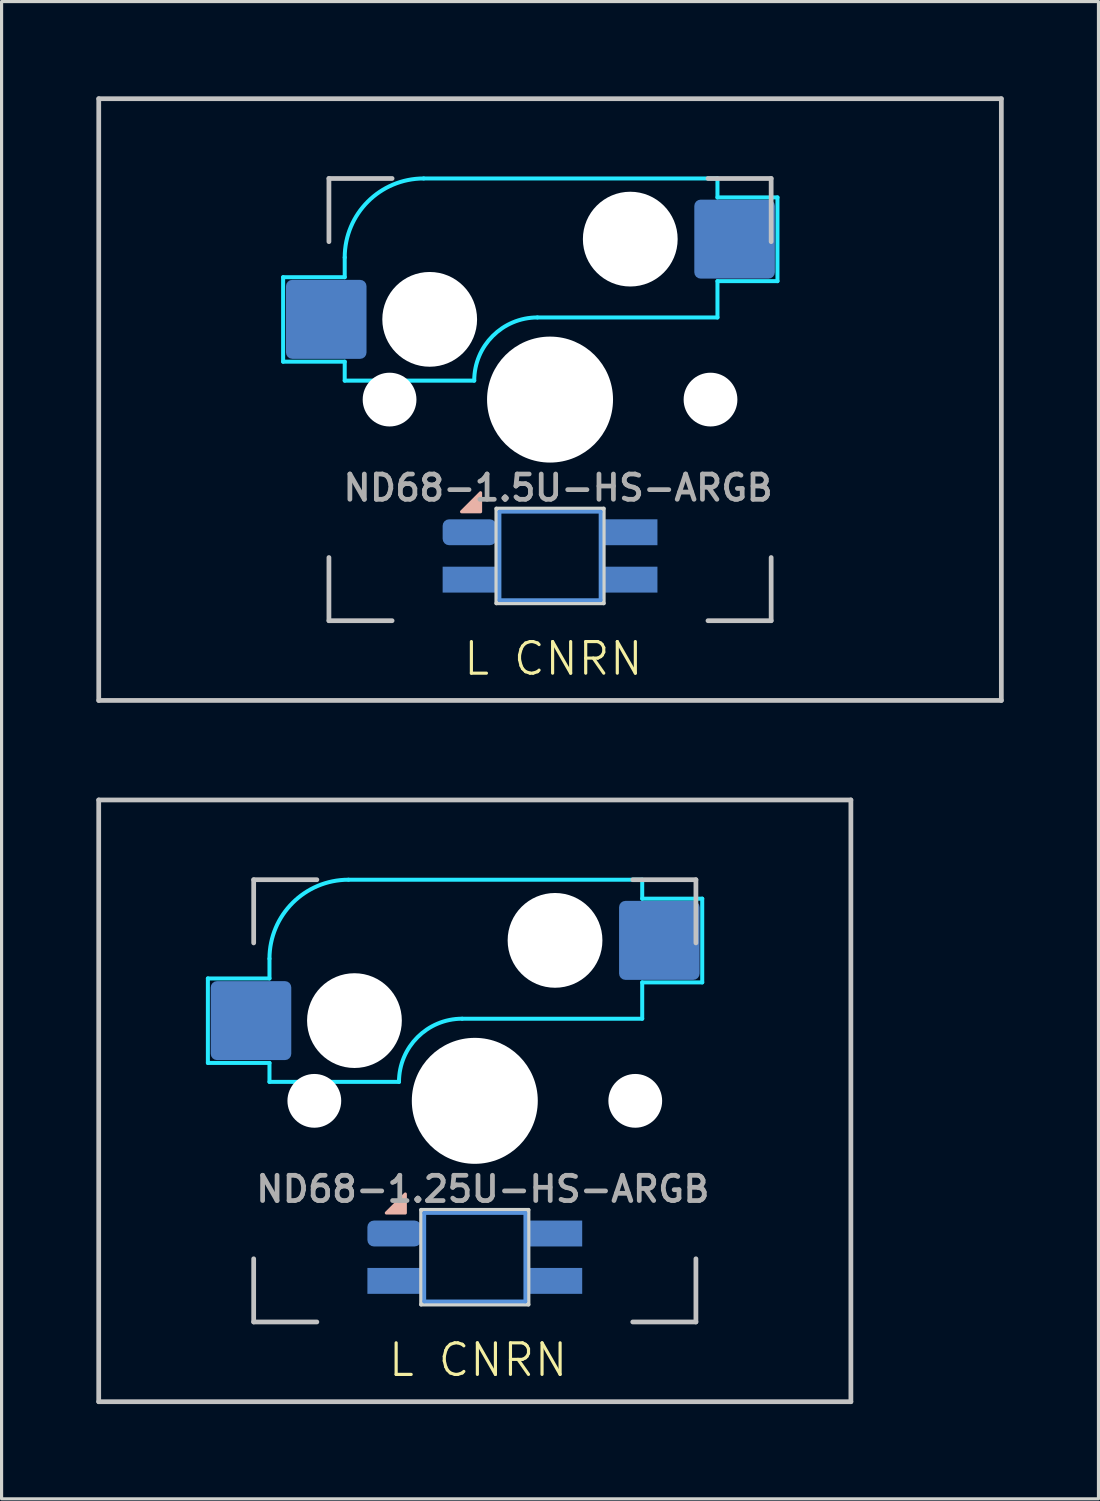
<source format=kicad_pcb>
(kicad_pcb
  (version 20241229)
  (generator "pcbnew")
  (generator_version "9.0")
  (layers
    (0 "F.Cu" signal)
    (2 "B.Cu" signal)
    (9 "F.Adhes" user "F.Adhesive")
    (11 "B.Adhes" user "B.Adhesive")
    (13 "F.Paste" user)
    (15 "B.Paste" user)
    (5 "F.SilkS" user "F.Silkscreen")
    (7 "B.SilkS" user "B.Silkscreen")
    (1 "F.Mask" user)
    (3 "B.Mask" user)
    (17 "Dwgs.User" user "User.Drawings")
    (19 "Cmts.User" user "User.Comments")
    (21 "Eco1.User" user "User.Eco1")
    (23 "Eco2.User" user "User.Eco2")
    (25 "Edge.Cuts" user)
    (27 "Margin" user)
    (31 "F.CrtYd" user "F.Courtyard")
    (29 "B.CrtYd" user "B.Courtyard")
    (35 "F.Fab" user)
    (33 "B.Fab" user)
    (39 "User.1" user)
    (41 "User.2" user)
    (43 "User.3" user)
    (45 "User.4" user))
  (footprint "ND68-1.25U-HS-ARGB"
    (layer "F.Cu")
    (at 11.981 31.8)
    (property "Reference" "ND68-1.25U-HS-ARGB" (at 0.254 2.794 0) (layer "F.Fab") (effects (font (size 0.8 0.8) (thickness 0.15))))
    (attr smd)
    (fp_poly (pts (xy -2.8 3.55) (xy -2.2 3.55) (xy -2.2 2.95)) (stroke (width 0.1) (type solid)) (fill yes) (layer "B.SilkS"))
    (fp_line (start -11.906 9.525) (end -11.906 -9.525) (stroke (width 0.15) (type solid)) (layer "Dwgs.User"))
    (fp_line (start -7 -7) (end -7 -5) (stroke (width 0.15) (type solid)) (layer "Dwgs.User"))
    (fp_line (start -7 5) (end -7 7) (stroke (width 0.15) (type solid)) (layer "Dwgs.User"))
    (fp_line (start -7 7) (end -5 7) (stroke (width 0.15) (type solid)) (layer "Dwgs.User"))
    (fp_line (start -5 -7) (end -7 -7) (stroke (width 0.15) (type solid)) (layer "Dwgs.User"))
    (fp_line (start 5 -7) (end 7 -7) (stroke (width 0.15) (type solid)) (layer "Dwgs.User"))
    (fp_line (start 5 7) (end 7 7) (stroke (width 0.15) (type solid)) (layer "Dwgs.User"))
    (fp_line (start 7 -7) (end 7 -5) (stroke (width 0.15) (type solid)) (layer "Dwgs.User"))
    (fp_line (start 7 7) (end 7 5) (stroke (width 0.15) (type solid)) (layer "Dwgs.User"))
    (fp_line (start 11.906 -9.525) (end -11.906 -9.525) (stroke (width 0.15) (type solid)) (layer "Dwgs.User"))
    (fp_line (start 11.906 9.525) (end -11.906 9.525) (stroke (width 0.15) (type solid)) (layer "Dwgs.User"))
    (fp_line (start 11.906 9.525) (end 11.906 -9.525) (stroke (width 0.15) (type solid)) (layer "Dwgs.User"))
    (fp_line (start -1.6 3.55) (end -1.6 6.35) (stroke (width 0.12) (type solid)) (layer "Cmts.User"))
    (fp_line (start -1.6 6.35) (end 1.6 6.35) (stroke (width 0.12) (type solid)) (layer "Cmts.User"))
    (fp_line (start 1.6 3.55) (end -1.6 3.55) (stroke (width 0.12) (type solid)) (layer "Cmts.User"))
    (fp_line (start 1.6 6.35) (end 1.6 3.55) (stroke (width 0.12) (type solid)) (layer "Cmts.User"))
    (fp_line (start -1.7 3.45) (end -1.7 6.45) (stroke (width 0.12) (type solid)) (layer "Edge.Cuts"))
    (fp_line (start -1.7 6.45) (end 1.7 6.45) (stroke (width 0.12) (type solid)) (layer "Edge.Cuts"))
    (fp_line (start 1.7 3.45) (end -1.7 3.45) (stroke (width 0.12) (type solid)) (layer "Edge.Cuts"))
    (fp_line (start 1.7 6.45) (end 1.7 3.45) (stroke (width 0.12) (type solid)) (layer "Edge.Cuts"))
    (fp_line (start -8.45 -3.875) (end -8.45 -1.2) (stroke (width 0.127) (type solid)) (layer "B.CrtYd"))
    (fp_line (start -8.45 -1.2) (end -6.5 -1.2) (stroke (width 0.127) (type solid)) (layer "B.CrtYd"))
    (fp_line (start -6.5 -4.5) (end -6.5 -3.875) (stroke (width 0.127) (type solid)) (layer "B.CrtYd"))
    (fp_line (start -6.5 -3.875) (end -8.45 -3.875) (stroke (width 0.127) (type solid)) (layer "B.CrtYd"))
    (fp_line (start -6.5 -0.6) (end -6.5 -1.2) (stroke (width 0.127) (type solid)) (layer "B.CrtYd"))
    (fp_line (start -6.5 -0.6) (end -2.4 -0.6) (stroke (width 0.127) (type solid)) (layer "B.CrtYd"))
    (fp_line (start -0.4 -2.6) (end 5.3 -2.6) (stroke (width 0.127) (type solid)) (layer "B.CrtYd"))
    (fp_line (start 5.3 -7) (end -4 -7) (stroke (width 0.127) (type solid)) (layer "B.CrtYd"))
    (fp_line (start 5.3 -7) (end 5.3 -6.4) (stroke (width 0.127) (type solid)) (layer "B.CrtYd"))
    (fp_line (start 5.3 -6.4) (end 7.2 -6.4) (stroke (width 0.127) (type solid)) (layer "B.CrtYd"))
    (fp_line (start 5.3 -2.6) (end 5.3 -3.75) (stroke (width 0.127) (type solid)) (layer "B.CrtYd"))
    (fp_line (start 7.2 -6.4) (end 7.2 -3.75) (stroke (width 0.127) (type solid)) (layer "B.CrtYd"))
    (fp_line (start 7.2 -3.75) (end 5.3 -3.75) (stroke (width 0.127) (type solid)) (layer "B.CrtYd"))
    (fp_arc (start -6.5 -4.5) (mid -5.767767 -6.267767) (end -4 -7) (stroke (width 0.127) (type solid)) (layer "B.CrtYd"))
    (fp_arc (start -2.4 -0.6) (mid -1.814214 -2.014214) (end -0.4 -2.6) (stroke (width 0.127) (type solid)) (layer "B.CrtYd"))
    (fp_text user "L CNRN" (at -2.794 8.788 0) (unlocked yes) (layer "F.SilkS") (effects (font (size 1 1) (thickness 0.1)) (justify left bottom)))
    (pad "" np_thru_hole circle (at -5.08 0 48.099) (size 1.702 1.702) (drill 1.702) (layers "*.Cu" "*.Mask"))
    (pad "" np_thru_hole circle (at -3.81 -2.54) (size 3 3) (drill 3) (layers "*.Cu" "*.Mask"))
    (pad "" np_thru_hole circle (at 0 0) (size 3.988 3.988) (drill 3.988) (layers "*.Cu" "*.Mask"))
    (pad "" np_thru_hole circle (at 2.54 -5.08) (size 3 3) (drill 3) (layers "*.Cu" "*.Mask"))
    (pad "" np_thru_hole circle (at 5.08 0 48.099) (size 1.702 1.702) (drill 1.702) (layers "*.Cu" "*.Mask"))
    (pad "1" smd rect (at 2.55 5.7) (size 1.7 0.82) (layers "B.Cu" "B.Mask" "B.Paste"))
    (pad "2" smd rect (at 2.55 4.2) (size 1.7 0.82) (layers "B.Cu" "B.Mask" "B.Paste"))
    (pad "3" smd roundrect (at -2.55 4.2) (size 1.7 0.82) (layers "B.Cu" "B.Mask" "B.Paste") (roundrect_rratio 0.25))
    (pad "4" smd rect (at -2.55 5.7) (size 1.7 0.82) (layers "B.Cu" "B.Mask" "B.Paste"))
    (pad "5" smd roundrect (at -7.085 -2.54) (size 2.55 2.5) (layers "B.Cu" "B.Mask" "B.Paste") (roundrect_rratio 0.08))
    (pad "6" smd roundrect (at 5.842 -5.08) (size 2.55 2.5) (layers "B.Cu" "B.Mask" "B.Paste") (roundrect_rratio 0.08)))
  (footprint "ND68-1.5U-HS-ARGB"
    (layer "F.Cu")
    (at 14.363 9.6)
    (property "Reference" "ND68-1.5U-HS-ARGB" (at 0.254 2.794 0) (layer "F.Fab") (effects (font (size 0.8 0.8) (thickness 0.15))))
    (attr smd)
    (fp_poly (pts (xy -2.8 3.55) (xy -2.2 3.55) (xy -2.2 2.95)) (stroke (width 0.1) (type solid)) (fill yes) (layer "B.SilkS"))
    (fp_line (start -14.287 9.525) (end -14.287 -9.525) (stroke (width 0.15) (type solid)) (layer "Dwgs.User"))
    (fp_line (start -7 -7) (end -7 -5) (stroke (width 0.15) (type solid)) (layer "Dwgs.User"))
    (fp_line (start -7 5) (end -7 7) (stroke (width 0.15) (type solid)) (layer "Dwgs.User"))
    (fp_line (start -7 7) (end -5 7) (stroke (width 0.15) (type solid)) (layer "Dwgs.User"))
    (fp_line (start -5 -7) (end -7 -7) (stroke (width 0.15) (type solid)) (layer "Dwgs.User"))
    (fp_line (start 5 -7) (end 7 -7) (stroke (width 0.15) (type solid)) (layer "Dwgs.User"))
    (fp_line (start 5 7) (end 7 7) (stroke (width 0.15) (type solid)) (layer "Dwgs.User"))
    (fp_line (start 7 -7) (end 7 -5) (stroke (width 0.15) (type solid)) (layer "Dwgs.User"))
    (fp_line (start 7 7) (end 7 5) (stroke (width 0.15) (type solid)) (layer "Dwgs.User"))
    (fp_line (start 14.287 -9.525) (end -14.287 -9.525) (stroke (width 0.15) (type solid)) (layer "Dwgs.User"))
    (fp_line (start 14.287 9.525) (end -14.287 9.525) (stroke (width 0.15) (type solid)) (layer "Dwgs.User"))
    (fp_line (start 14.287 9.525) (end 14.287 -9.525) (stroke (width 0.15) (type solid)) (layer "Dwgs.User"))
    (fp_line (start -1.6 3.55) (end -1.6 6.35) (stroke (width 0.12) (type solid)) (layer "Cmts.User"))
    (fp_line (start -1.6 6.35) (end 1.6 6.35) (stroke (width 0.12) (type solid)) (layer "Cmts.User"))
    (fp_line (start 1.6 3.55) (end -1.6 3.55) (stroke (width 0.12) (type solid)) (layer "Cmts.User"))
    (fp_line (start 1.6 6.35) (end 1.6 3.55) (stroke (width 0.12) (type solid)) (layer "Cmts.User"))
    (fp_line (start -1.7 3.45) (end -1.7 6.45) (stroke (width 0.12) (type solid)) (layer "Edge.Cuts"))
    (fp_line (start -1.7 6.45) (end 1.7 6.45) (stroke (width 0.12) (type solid)) (layer "Edge.Cuts"))
    (fp_line (start 1.7 3.45) (end -1.7 3.45) (stroke (width 0.12) (type solid)) (layer "Edge.Cuts"))
    (fp_line (start 1.7 6.45) (end 1.7 3.45) (stroke (width 0.12) (type solid)) (layer "Edge.Cuts"))
    (fp_line (start -8.45 -3.875) (end -8.45 -1.2) (stroke (width 0.127) (type solid)) (layer "B.CrtYd"))
    (fp_line (start -8.45 -1.2) (end -6.5 -1.2) (stroke (width 0.127) (type solid)) (layer "B.CrtYd"))
    (fp_line (start -6.5 -4.5) (end -6.5 -3.875) (stroke (width 0.127) (type solid)) (layer "B.CrtYd"))
    (fp_line (start -6.5 -3.875) (end -8.45 -3.875) (stroke (width 0.127) (type solid)) (layer "B.CrtYd"))
    (fp_line (start -6.5 -0.6) (end -6.5 -1.2) (stroke (width 0.127) (type solid)) (layer "B.CrtYd"))
    (fp_line (start -6.5 -0.6) (end -2.4 -0.6) (stroke (width 0.127) (type solid)) (layer "B.CrtYd"))
    (fp_line (start -0.4 -2.6) (end 5.3 -2.6) (stroke (width 0.127) (type solid)) (layer "B.CrtYd"))
    (fp_line (start 5.3 -7) (end -4 -7) (stroke (width 0.127) (type solid)) (layer "B.CrtYd"))
    (fp_line (start 5.3 -7) (end 5.3 -6.4) (stroke (width 0.127) (type solid)) (layer "B.CrtYd"))
    (fp_line (start 5.3 -6.4) (end 7.2 -6.4) (stroke (width 0.127) (type solid)) (layer "B.CrtYd"))
    (fp_line (start 5.3 -2.6) (end 5.3 -3.75) (stroke (width 0.127) (type solid)) (layer "B.CrtYd"))
    (fp_line (start 7.2 -6.4) (end 7.2 -3.75) (stroke (width 0.127) (type solid)) (layer "B.CrtYd"))
    (fp_line (start 7.2 -3.75) (end 5.3 -3.75) (stroke (width 0.127) (type solid)) (layer "B.CrtYd"))
    (fp_arc (start -6.5 -4.5) (mid -5.767767 -6.267767) (end -4 -7) (stroke (width 0.127) (type solid)) (layer "B.CrtYd"))
    (fp_arc (start -2.4 -0.6) (mid -1.814214 -2.014214) (end -0.4 -2.6) (stroke (width 0.127) (type solid)) (layer "B.CrtYd"))
    (fp_text user "L CNRN" (at -2.794 8.788 0) (unlocked yes) (layer "F.SilkS") (effects (font (size 1 1) (thickness 0.1)) (justify left bottom)))
    (pad "" np_thru_hole circle (at -5.08 0 48.099) (size 1.702 1.702) (drill 1.702) (layers "*.Cu" "*.Mask"))
    (pad "" np_thru_hole circle (at -3.81 -2.54) (size 3 3) (drill 3) (layers "*.Cu" "*.Mask"))
    (pad "" np_thru_hole circle (at 0 0) (size 3.988 3.988) (drill 3.988) (layers "*.Cu" "*.Mask"))
    (pad "" np_thru_hole circle (at 2.54 -5.08) (size 3 3) (drill 3) (layers "*.Cu" "*.Mask"))
    (pad "" np_thru_hole circle (at 5.08 0 48.099) (size 1.702 1.702) (drill 1.702) (layers "*.Cu" "*.Mask"))
    (pad "1" smd rect (at 2.55 5.7) (size 1.7 0.82) (layers "B.Cu" "B.Mask" "B.Paste"))
    (pad "2" smd rect (at 2.55 4.2) (size 1.7 0.82) (layers "B.Cu" "B.Mask" "B.Paste"))
    (pad "3" smd roundrect (at -2.55 4.2) (size 1.7 0.82) (layers "B.Cu" "B.Mask" "B.Paste") (roundrect_rratio 0.25))
    (pad "4" smd rect (at -2.55 5.7) (size 1.7 0.82) (layers "B.Cu" "B.Mask" "B.Paste"))
    (pad "5" smd roundrect (at -7.085 -2.54) (size 2.55 2.5) (layers "B.Cu" "B.Mask" "B.Paste") (roundrect_rratio 0.08))
    (pad "6" smd roundrect (at 5.842 -5.08) (size 2.55 2.5) (layers "B.Cu" "B.Mask" "B.Paste") (roundrect_rratio 0.08)))
  (gr_rect
    (start -3 -3)
    (end 31.725 44.4)
    (stroke (width 0.1) (type default))
    (fill no)
    (layer "Edge.Cuts")))
</source>
